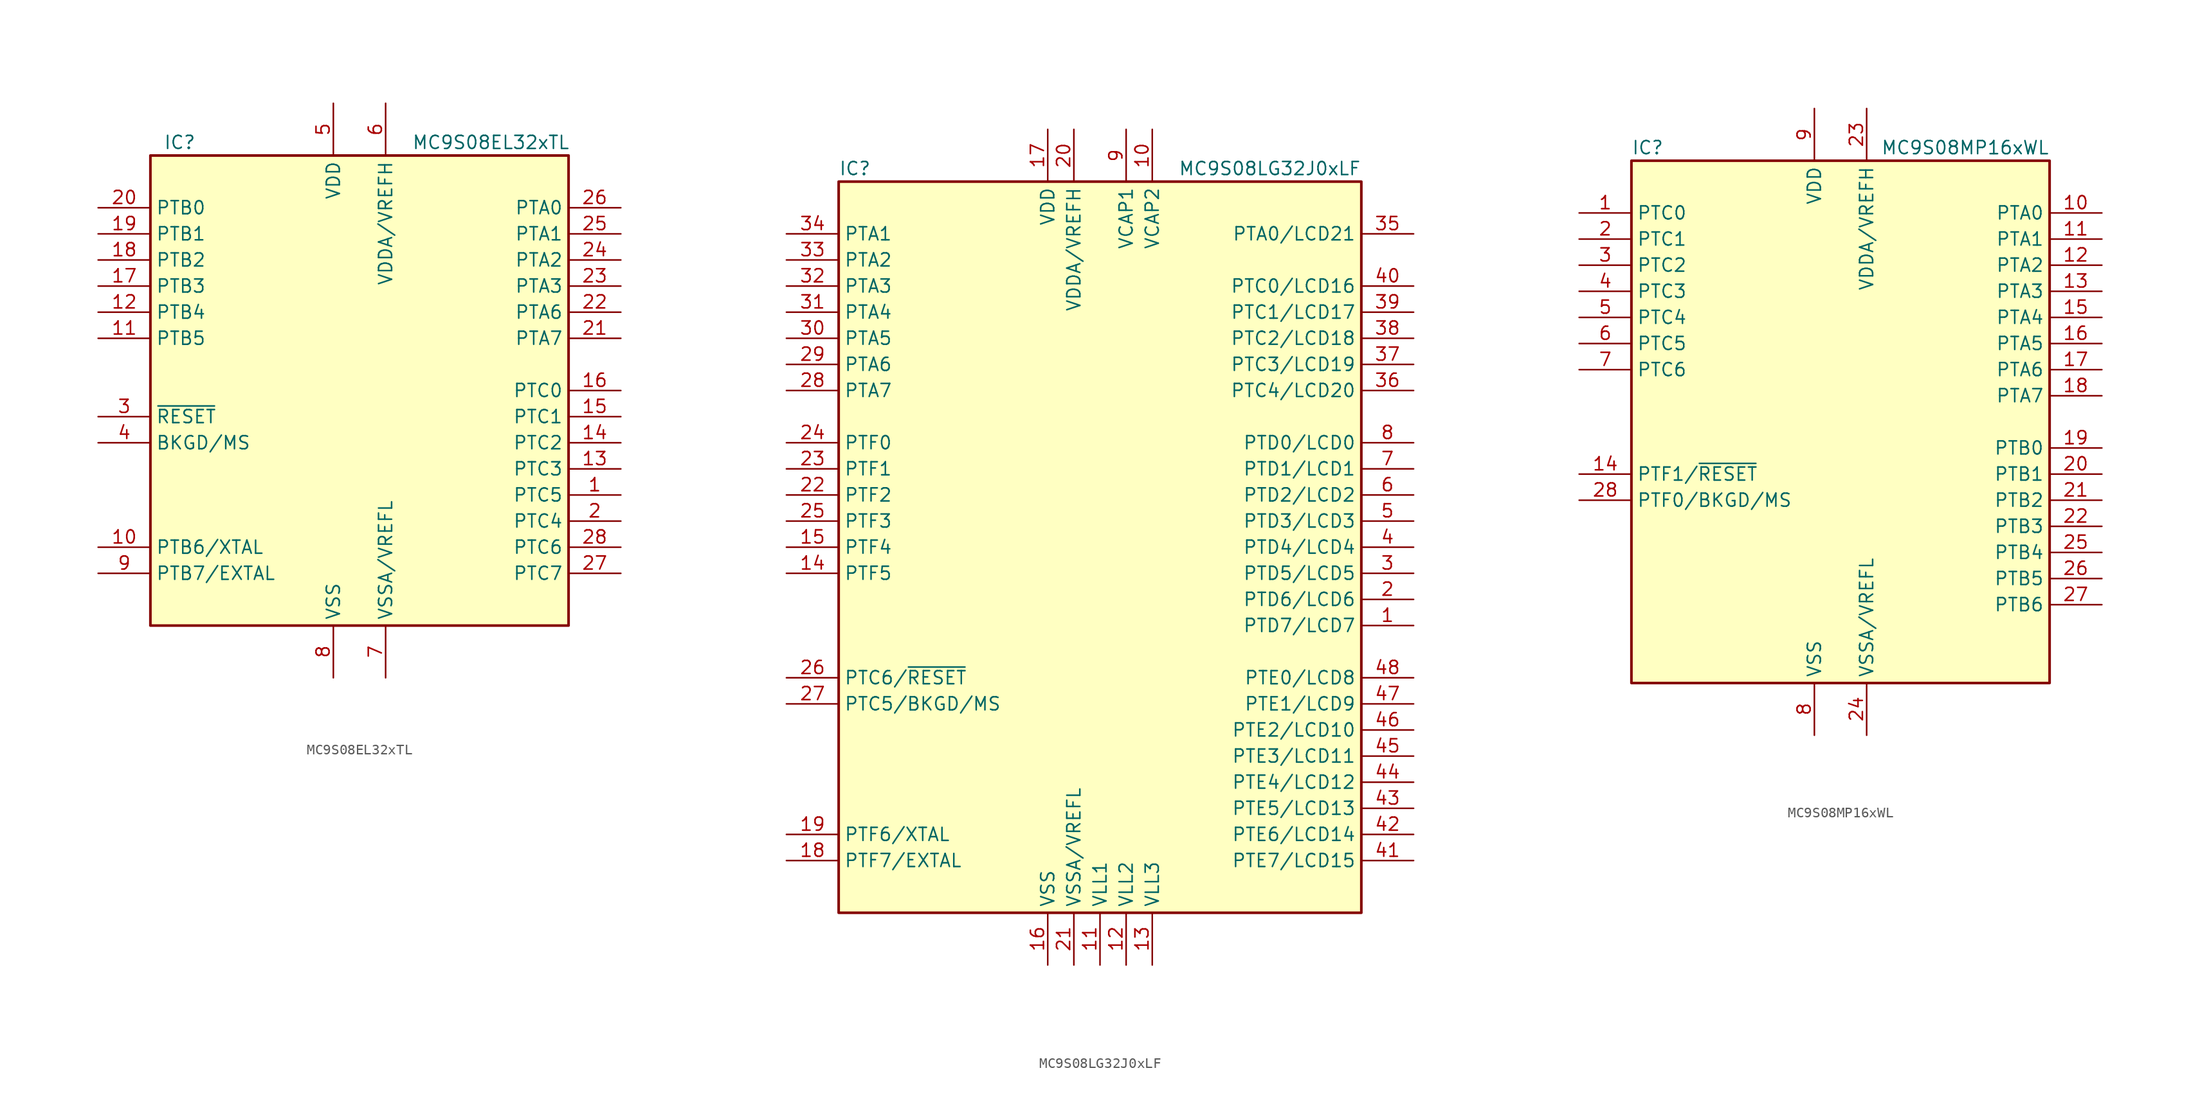
<source format=kicad_sym>
(kicad_symbol_lib
  (version 20241209)
  (generator "kicad_symbol_editor")
  (generator_version "9.0")
  (symbol "MC9S08EL32xTL"
    (property "Reference" "IC"
      (at -19.05 24.13 0)
      (effects (font (size 1.27 1.27)) (justify left)))
    (property "Value" "MC9S08EL32xTL"
      (at 5.08 24.13 0)
      (effects (font (size 1.27 1.27)) (justify left)))
    (symbol "MC9S08EL32xTL_0_1"
      (rectangle (start -20.32 22.86) (end 20.32 -22.86) (stroke (width 0.254) (type default)) (fill (type background))))
    (symbol "MC9S08EL32xTL_1_1"
      (pin bidirectional line (at -25.4 17.78 0) (length 5.08) (name "PTB0" (effects (font (size 1.27 1.27)))) (number "20" (effects (font (size 1.27 1.27)))))
      (pin bidirectional line (at -25.4 15.24 0) (length 5.08) (name "PTB1" (effects (font (size 1.27 1.27)))) (number "19" (effects (font (size 1.27 1.27)))))
      (pin bidirectional line (at -25.4 12.7 0) (length 5.08) (name "PTB2" (effects (font (size 1.27 1.27)))) (number "18" (effects (font (size 1.27 1.27)))))
      (pin bidirectional line (at -25.4 10.16 0) (length 5.08) (name "PTB3" (effects (font (size 1.27 1.27)))) (number "17" (effects (font (size 1.27 1.27)))))
      (pin bidirectional line (at -25.4 7.62 0) (length 5.08) (name "PTB4" (effects (font (size 1.27 1.27)))) (number "12" (effects (font (size 1.27 1.27)))))
      (pin bidirectional line (at -25.4 5.08 0) (length 5.08) (name "PTB5" (effects (font (size 1.27 1.27)))) (number "11" (effects (font (size 1.27 1.27)))))
      (pin input line (at -25.4 -2.54 0) (length 5.08) (name "~{RESET}" (effects (font (size 1.27 1.27)))) (number "3" (effects (font (size 1.27 1.27)))))
      (pin bidirectional line (at -25.4 -5.08 0) (length 5.08) (name "BKGD/MS" (effects (font (size 1.27 1.27)))) (number "4" (effects (font (size 1.27 1.27)))))
      (pin bidirectional line (at -25.4 -15.24 0) (length 5.08) (name "PTB6/XTAL" (effects (font (size 1.27 1.27)))) (number "10" (effects (font (size 1.27 1.27)))))
      (pin bidirectional line (at -25.4 -17.78 0) (length 5.08) (name "PTB7/EXTAL" (effects (font (size 1.27 1.27)))) (number "9" (effects (font (size 1.27 1.27)))))
      (pin power_in line (at -2.54 27.94 270) (length 5.08) (name "VDD" (effects (font (size 1.27 1.27)))) (number "5" (effects (font (size 1.27 1.27)))))
      (pin power_in line (at -2.54 -27.94 90) (length 5.08) (name "VSS" (effects (font (size 1.27 1.27)))) (number "8" (effects (font (size 1.27 1.27)))))
      (pin power_in line (at 2.54 27.94 270) (length 5.08) (name "VDDA/VREFH" (effects (font (size 1.27 1.27)))) (number "6" (effects (font (size 1.27 1.27)))))
      (pin power_in line (at 2.54 -27.94 90) (length 5.08) (name "VSSA/VREFL" (effects (font (size 1.27 1.27)))) (number "7" (effects (font (size 1.27 1.27)))))
      (pin bidirectional line (at 25.4 17.78 180) (length 5.08) (name "PTA0" (effects (font (size 1.27 1.27)))) (number "26" (effects (font (size 1.27 1.27)))))
      (pin bidirectional line (at 25.4 15.24 180) (length 5.08) (name "PTA1" (effects (font (size 1.27 1.27)))) (number "25" (effects (font (size 1.27 1.27)))))
      (pin bidirectional line (at 25.4 12.7 180) (length 5.08) (name "PTA2" (effects (font (size 1.27 1.27)))) (number "24" (effects (font (size 1.27 1.27)))))
      (pin bidirectional line (at 25.4 10.16 180) (length 5.08) (name "PTA3" (effects (font (size 1.27 1.27)))) (number "23" (effects (font (size 1.27 1.27)))))
      (pin bidirectional line (at 25.4 7.62 180) (length 5.08) (name "PTA6" (effects (font (size 1.27 1.27)))) (number "22" (effects (font (size 1.27 1.27)))))
      (pin bidirectional line (at 25.4 5.08 180) (length 5.08) (name "PTA7" (effects (font (size 1.27 1.27)))) (number "21" (effects (font (size 1.27 1.27)))))
      (pin bidirectional line (at 25.4 0 180) (length 5.08) (name "PTC0" (effects (font (size 1.27 1.27)))) (number "16" (effects (font (size 1.27 1.27)))))
      (pin bidirectional line (at 25.4 -2.54 180) (length 5.08) (name "PTC1" (effects (font (size 1.27 1.27)))) (number "15" (effects (font (size 1.27 1.27)))))
      (pin bidirectional line (at 25.4 -5.08 180) (length 5.08) (name "PTC2" (effects (font (size 1.27 1.27)))) (number "14" (effects (font (size 1.27 1.27)))))
      (pin bidirectional line (at 25.4 -7.62 180) (length 5.08) (name "PTC3" (effects (font (size 1.27 1.27)))) (number "13" (effects (font (size 1.27 1.27)))))
      (pin bidirectional line (at 25.4 -10.16 180) (length 5.08) (name "PTC5" (effects (font (size 1.27 1.27)))) (number "1" (effects (font (size 1.27 1.27)))))
      (pin bidirectional line (at 25.4 -12.7 180) (length 5.08) (name "PTC4" (effects (font (size 1.27 1.27)))) (number "2" (effects (font (size 1.27 1.27)))))
      (pin bidirectional line (at 25.4 -15.24 180) (length 5.08) (name "PTC6" (effects (font (size 1.27 1.27)))) (number "28" (effects (font (size 1.27 1.27)))))
      (pin bidirectional line (at 25.4 -17.78 180) (length 5.08) (name "PTC7" (effects (font (size 1.27 1.27)))) (number "27" (effects (font (size 1.27 1.27)))))))
  (symbol "MC9S08LG32J0xLF"
    (property "Reference" "IC"
      (at -25.4 36.83 0)
      (effects (font (size 1.27 1.27)) (justify left)))
    (property "Value" "MC9S08LG32J0xLF"
      (at 25.4 36.83 0)
      (effects (font (size 1.27 1.27)) (justify right)))
    (symbol "MC9S08LG32J0xLF_0_1"
      (rectangle (start -25.4 35.56) (end 25.4 -35.56) (stroke (width 0.254) (type default)) (fill (type background))))
    (symbol "MC9S08LG32J0xLF_1_1"
      (pin bidirectional line (at -30.48 30.48 0) (length 5.08) (name "PTA1" (effects (font (size 1.27 1.27)))) (number "34" (effects (font (size 1.27 1.27)))))
      (pin bidirectional line (at -30.48 27.94 0) (length 5.08) (name "PTA2" (effects (font (size 1.27 1.27)))) (number "33" (effects (font (size 1.27 1.27)))))
      (pin bidirectional line (at -30.48 25.4 0) (length 5.08) (name "PTA3" (effects (font (size 1.27 1.27)))) (number "32" (effects (font (size 1.27 1.27)))))
      (pin bidirectional line (at -30.48 22.86 0) (length 5.08) (name "PTA4" (effects (font (size 1.27 1.27)))) (number "31" (effects (font (size 1.27 1.27)))))
      (pin bidirectional line (at -30.48 20.32 0) (length 5.08) (name "PTA5" (effects (font (size 1.27 1.27)))) (number "30" (effects (font (size 1.27 1.27)))))
      (pin bidirectional line (at -30.48 17.78 0) (length 5.08) (name "PTA6" (effects (font (size 1.27 1.27)))) (number "29" (effects (font (size 1.27 1.27)))))
      (pin bidirectional line (at -30.48 15.24 0) (length 5.08) (name "PTA7" (effects (font (size 1.27 1.27)))) (number "28" (effects (font (size 1.27 1.27)))))
      (pin bidirectional line (at -30.48 10.16 0) (length 5.08) (name "PTF0" (effects (font (size 1.27 1.27)))) (number "24" (effects (font (size 1.27 1.27)))))
      (pin bidirectional line (at -30.48 7.62 0) (length 5.08) (name "PTF1" (effects (font (size 1.27 1.27)))) (number "23" (effects (font (size 1.27 1.27)))))
      (pin bidirectional line (at -30.48 5.08 0) (length 5.08) (name "PTF2" (effects (font (size 1.27 1.27)))) (number "22" (effects (font (size 1.27 1.27)))))
      (pin bidirectional line (at -30.48 2.54 0) (length 5.08) (name "PTF3" (effects (font (size 1.27 1.27)))) (number "25" (effects (font (size 1.27 1.27)))))
      (pin bidirectional line (at -30.48 0 0) (length 5.08) (name "PTF4" (effects (font (size 1.27 1.27)))) (number "15" (effects (font (size 1.27 1.27)))))
      (pin bidirectional line (at -30.48 -2.54 0) (length 5.08) (name "PTF5" (effects (font (size 1.27 1.27)))) (number "14" (effects (font (size 1.27 1.27)))))
      (pin bidirectional line (at -30.48 -12.7 0) (length 5.08) (name "PTC6/~{RESET}" (effects (font (size 1.27 1.27)))) (number "26" (effects (font (size 1.27 1.27)))))
      (pin bidirectional line (at -30.48 -15.24 0) (length 5.08) (name "PTC5/BKGD/MS" (effects (font (size 1.27 1.27)))) (number "27" (effects (font (size 1.27 1.27)))))
      (pin bidirectional line (at -30.48 -27.94 0) (length 5.08) (name "PTF6/XTAL" (effects (font (size 1.27 1.27)))) (number "19" (effects (font (size 1.27 1.27)))))
      (pin bidirectional line (at -30.48 -30.48 0) (length 5.08) (name "PTF7/EXTAL" (effects (font (size 1.27 1.27)))) (number "18" (effects (font (size 1.27 1.27)))))
      (pin power_in line (at -5.08 40.64 270) (length 5.08) (name "VDD" (effects (font (size 1.27 1.27)))) (number "17" (effects (font (size 1.27 1.27)))))
      (pin power_in line (at -5.08 -40.64 90) (length 5.08) (name "VSS" (effects (font (size 1.27 1.27)))) (number "16" (effects (font (size 1.27 1.27)))))
      (pin power_in line (at -2.54 40.64 270) (length 5.08) (name "VDDA/VREFH" (effects (font (size 1.27 1.27)))) (number "20" (effects (font (size 1.27 1.27)))))
      (pin power_in line (at -2.54 -40.64 90) (length 5.08) (name "VSSA/VREFL" (effects (font (size 1.27 1.27)))) (number "21" (effects (font (size 1.27 1.27)))))
      (pin power_in line (at 0 -40.64 90) (length 5.08) (name "VLL1" (effects (font (size 1.27 1.27)))) (number "11" (effects (font (size 1.27 1.27)))))
      (pin power_in line (at 2.54 40.64 270) (length 5.08) (name "VCAP1" (effects (font (size 1.27 1.27)))) (number "9" (effects (font (size 1.27 1.27)))))
      (pin power_in line (at 2.54 -40.64 90) (length 5.08) (name "VLL2" (effects (font (size 1.27 1.27)))) (number "12" (effects (font (size 1.27 1.27)))))
      (pin power_in line (at 5.08 40.64 270) (length 5.08) (name "VCAP2" (effects (font (size 1.27 1.27)))) (number "10" (effects (font (size 1.27 1.27)))))
      (pin power_in line (at 5.08 -40.64 90) (length 5.08) (name "VLL3" (effects (font (size 1.27 1.27)))) (number "13" (effects (font (size 1.27 1.27)))))
      (pin bidirectional line (at 30.48 30.48 180) (length 5.08) (name "PTA0/LCD21" (effects (font (size 1.27 1.27)))) (number "35" (effects (font (size 1.27 1.27)))))
      (pin bidirectional line (at 30.48 25.4 180) (length 5.08) (name "PTC0/LCD16" (effects (font (size 1.27 1.27)))) (number "40" (effects (font (size 1.27 1.27)))))
      (pin bidirectional line (at 30.48 22.86 180) (length 5.08) (name "PTC1/LCD17" (effects (font (size 1.27 1.27)))) (number "39" (effects (font (size 1.27 1.27)))))
      (pin bidirectional line (at 30.48 20.32 180) (length 5.08) (name "PTC2/LCD18" (effects (font (size 1.27 1.27)))) (number "38" (effects (font (size 1.27 1.27)))))
      (pin bidirectional line (at 30.48 17.78 180) (length 5.08) (name "PTC3/LCD19" (effects (font (size 1.27 1.27)))) (number "37" (effects (font (size 1.27 1.27)))))
      (pin bidirectional line (at 30.48 15.24 180) (length 5.08) (name "PTC4/LCD20" (effects (font (size 1.27 1.27)))) (number "36" (effects (font (size 1.27 1.27)))))
      (pin bidirectional line (at 30.48 10.16 180) (length 5.08) (name "PTD0/LCD0" (effects (font (size 1.27 1.27)))) (number "8" (effects (font (size 1.27 1.27)))))
      (pin bidirectional line (at 30.48 7.62 180) (length 5.08) (name "PTD1/LCD1" (effects (font (size 1.27 1.27)))) (number "7" (effects (font (size 1.27 1.27)))))
      (pin bidirectional line (at 30.48 5.08 180) (length 5.08) (name "PTD2/LCD2" (effects (font (size 1.27 1.27)))) (number "6" (effects (font (size 1.27 1.27)))))
      (pin bidirectional line (at 30.48 2.54 180) (length 5.08) (name "PTD3/LCD3" (effects (font (size 1.27 1.27)))) (number "5" (effects (font (size 1.27 1.27)))))
      (pin bidirectional line (at 30.48 0 180) (length 5.08) (name "PTD4/LCD4" (effects (font (size 1.27 1.27)))) (number "4" (effects (font (size 1.27 1.27)))))
      (pin bidirectional line (at 30.48 -2.54 180) (length 5.08) (name "PTD5/LCD5" (effects (font (size 1.27 1.27)))) (number "3" (effects (font (size 1.27 1.27)))))
      (pin bidirectional line (at 30.48 -5.08 180) (length 5.08) (name "PTD6/LCD6" (effects (font (size 1.27 1.27)))) (number "2" (effects (font (size 1.27 1.27)))))
      (pin bidirectional line (at 30.48 -7.62 180) (length 5.08) (name "PTD7/LCD7" (effects (font (size 1.27 1.27)))) (number "1" (effects (font (size 1.27 1.27)))))
      (pin bidirectional line (at 30.48 -12.7 180) (length 5.08) (name "PTE0/LCD8" (effects (font (size 1.27 1.27)))) (number "48" (effects (font (size 1.27 1.27)))))
      (pin bidirectional line (at 30.48 -15.24 180) (length 5.08) (name "PTE1/LCD9" (effects (font (size 1.27 1.27)))) (number "47" (effects (font (size 1.27 1.27)))))
      (pin bidirectional line (at 30.48 -17.78 180) (length 5.08) (name "PTE2/LCD10" (effects (font (size 1.27 1.27)))) (number "46" (effects (font (size 1.27 1.27)))))
      (pin bidirectional line (at 30.48 -20.32 180) (length 5.08) (name "PTE3/LCD11" (effects (font (size 1.27 1.27)))) (number "45" (effects (font (size 1.27 1.27)))))
      (pin bidirectional line (at 30.48 -22.86 180) (length 5.08) (name "PTE4/LCD12" (effects (font (size 1.27 1.27)))) (number "44" (effects (font (size 1.27 1.27)))))
      (pin bidirectional line (at 30.48 -25.4 180) (length 5.08) (name "PTE5/LCD13" (effects (font (size 1.27 1.27)))) (number "43" (effects (font (size 1.27 1.27)))))
      (pin bidirectional line (at 30.48 -27.94 180) (length 5.08) (name "PTE6/LCD14" (effects (font (size 1.27 1.27)))) (number "42" (effects (font (size 1.27 1.27)))))
      (pin bidirectional line (at 30.48 -30.48 180) (length 5.08) (name "PTE7/LCD15" (effects (font (size 1.27 1.27)))) (number "41" (effects (font (size 1.27 1.27)))))))
  (symbol "MC9S08MP16xWL"
    (property "Reference" "IC"
      (at -20.32 26.67 0)
      (effects (font (size 1.27 1.27)) (justify left)))
    (property "Value" "MC9S08MP16xWL"
      (at 20.32 26.67 0)
      (effects (font (size 1.27 1.27)) (justify right)))
    (symbol "MC9S08MP16xWL_0_1"
      (rectangle (start -20.32 25.4) (end 20.32 -25.4) (stroke (width 0.254) (type default)) (fill (type background))))
    (symbol "MC9S08MP16xWL_1_1"
      (pin bidirectional line (at -25.4 20.32 0) (length 5.08) (name "PTC0" (effects (font (size 1.27 1.27)))) (number "1" (effects (font (size 1.27 1.27)))))
      (pin bidirectional line (at -25.4 17.78 0) (length 5.08) (name "PTC1" (effects (font (size 1.27 1.27)))) (number "2" (effects (font (size 1.27 1.27)))))
      (pin bidirectional line (at -25.4 15.24 0) (length 5.08) (name "PTC2" (effects (font (size 1.27 1.27)))) (number "3" (effects (font (size 1.27 1.27)))))
      (pin bidirectional line (at -25.4 12.7 0) (length 5.08) (name "PTC3" (effects (font (size 1.27 1.27)))) (number "4" (effects (font (size 1.27 1.27)))))
      (pin bidirectional line (at -25.4 10.16 0) (length 5.08) (name "PTC4" (effects (font (size 1.27 1.27)))) (number "5" (effects (font (size 1.27 1.27)))))
      (pin bidirectional line (at -25.4 7.62 0) (length 5.08) (name "PTC5" (effects (font (size 1.27 1.27)))) (number "6" (effects (font (size 1.27 1.27)))))
      (pin bidirectional line (at -25.4 5.08 0) (length 5.08) (name "PTC6" (effects (font (size 1.27 1.27)))) (number "7" (effects (font (size 1.27 1.27)))))
      (pin bidirectional line (at -25.4 -5.08 0) (length 5.08) (name "PTF1/~{RESET}" (effects (font (size 1.27 1.27)))) (number "14" (effects (font (size 1.27 1.27)))))
      (pin bidirectional line (at -25.4 -7.62 0) (length 5.08) (name "PTF0/BKGD/MS" (effects (font (size 1.27 1.27)))) (number "28" (effects (font (size 1.27 1.27)))))
      (pin power_in line (at -2.54 30.48 270) (length 5.08) (name "VDD" (effects (font (size 1.27 1.27)))) (number "9" (effects (font (size 1.27 1.27)))))
      (pin power_in line (at -2.54 -30.48 90) (length 5.08) (name "VSS" (effects (font (size 1.27 1.27)))) (number "8" (effects (font (size 1.27 1.27)))))
      (pin power_in line (at 2.54 30.48 270) (length 5.08) (name "VDDA/VREFH" (effects (font (size 1.27 1.27)))) (number "23" (effects (font (size 1.27 1.27)))))
      (pin power_in line (at 2.54 -30.48 90) (length 5.08) (name "VSSA/VREFL" (effects (font (size 1.27 1.27)))) (number "24" (effects (font (size 1.27 1.27)))))
      (pin bidirectional line (at 25.4 20.32 180) (length 5.08) (name "PTA0" (effects (font (size 1.27 1.27)))) (number "10" (effects (font (size 1.27 1.27)))))
      (pin bidirectional line (at 25.4 17.78 180) (length 5.08) (name "PTA1" (effects (font (size 1.27 1.27)))) (number "11" (effects (font (size 1.27 1.27)))))
      (pin bidirectional line (at 25.4 15.24 180) (length 5.08) (name "PTA2" (effects (font (size 1.27 1.27)))) (number "12" (effects (font (size 1.27 1.27)))))
      (pin bidirectional line (at 25.4 12.7 180) (length 5.08) (name "PTA3" (effects (font (size 1.27 1.27)))) (number "13" (effects (font (size 1.27 1.27)))))
      (pin bidirectional line (at 25.4 10.16 180) (length 5.08) (name "PTA4" (effects (font (size 1.27 1.27)))) (number "15" (effects (font (size 1.27 1.27)))))
      (pin bidirectional line (at 25.4 7.62 180) (length 5.08) (name "PTA5" (effects (font (size 1.27 1.27)))) (number "16" (effects (font (size 1.27 1.27)))))
      (pin bidirectional line (at 25.4 5.08 180) (length 5.08) (name "PTA6" (effects (font (size 1.27 1.27)))) (number "17" (effects (font (size 1.27 1.27)))))
      (pin bidirectional line (at 25.4 2.54 180) (length 5.08) (name "PTA7" (effects (font (size 1.27 1.27)))) (number "18" (effects (font (size 1.27 1.27)))))
      (pin bidirectional line (at 25.4 -2.54 180) (length 5.08) (name "PTB0" (effects (font (size 1.27 1.27)))) (number "19" (effects (font (size 1.27 1.27)))))
      (pin bidirectional line (at 25.4 -5.08 180) (length 5.08) (name "PTB1" (effects (font (size 1.27 1.27)))) (number "20" (effects (font (size 1.27 1.27)))))
      (pin bidirectional line (at 25.4 -7.62 180) (length 5.08) (name "PTB2" (effects (font (size 1.27 1.27)))) (number "21" (effects (font (size 1.27 1.27)))))
      (pin bidirectional line (at 25.4 -10.16 180) (length 5.08) (name "PTB3" (effects (font (size 1.27 1.27)))) (number "22" (effects (font (size 1.27 1.27)))))
      (pin bidirectional line (at 25.4 -12.7 180) (length 5.08) (name "PTB4" (effects (font (size 1.27 1.27)))) (number "25" (effects (font (size 1.27 1.27)))))
      (pin bidirectional line (at 25.4 -15.24 180) (length 5.08) (name "PTB5" (effects (font (size 1.27 1.27)))) (number "26" (effects (font (size 1.27 1.27)))))
      (pin bidirectional line (at 25.4 -17.78 180) (length 5.08) (name "PTB6" (effects (font (size 1.27 1.27)))) (number "27" (effects (font (size 1.27 1.27))))))))
</source>
